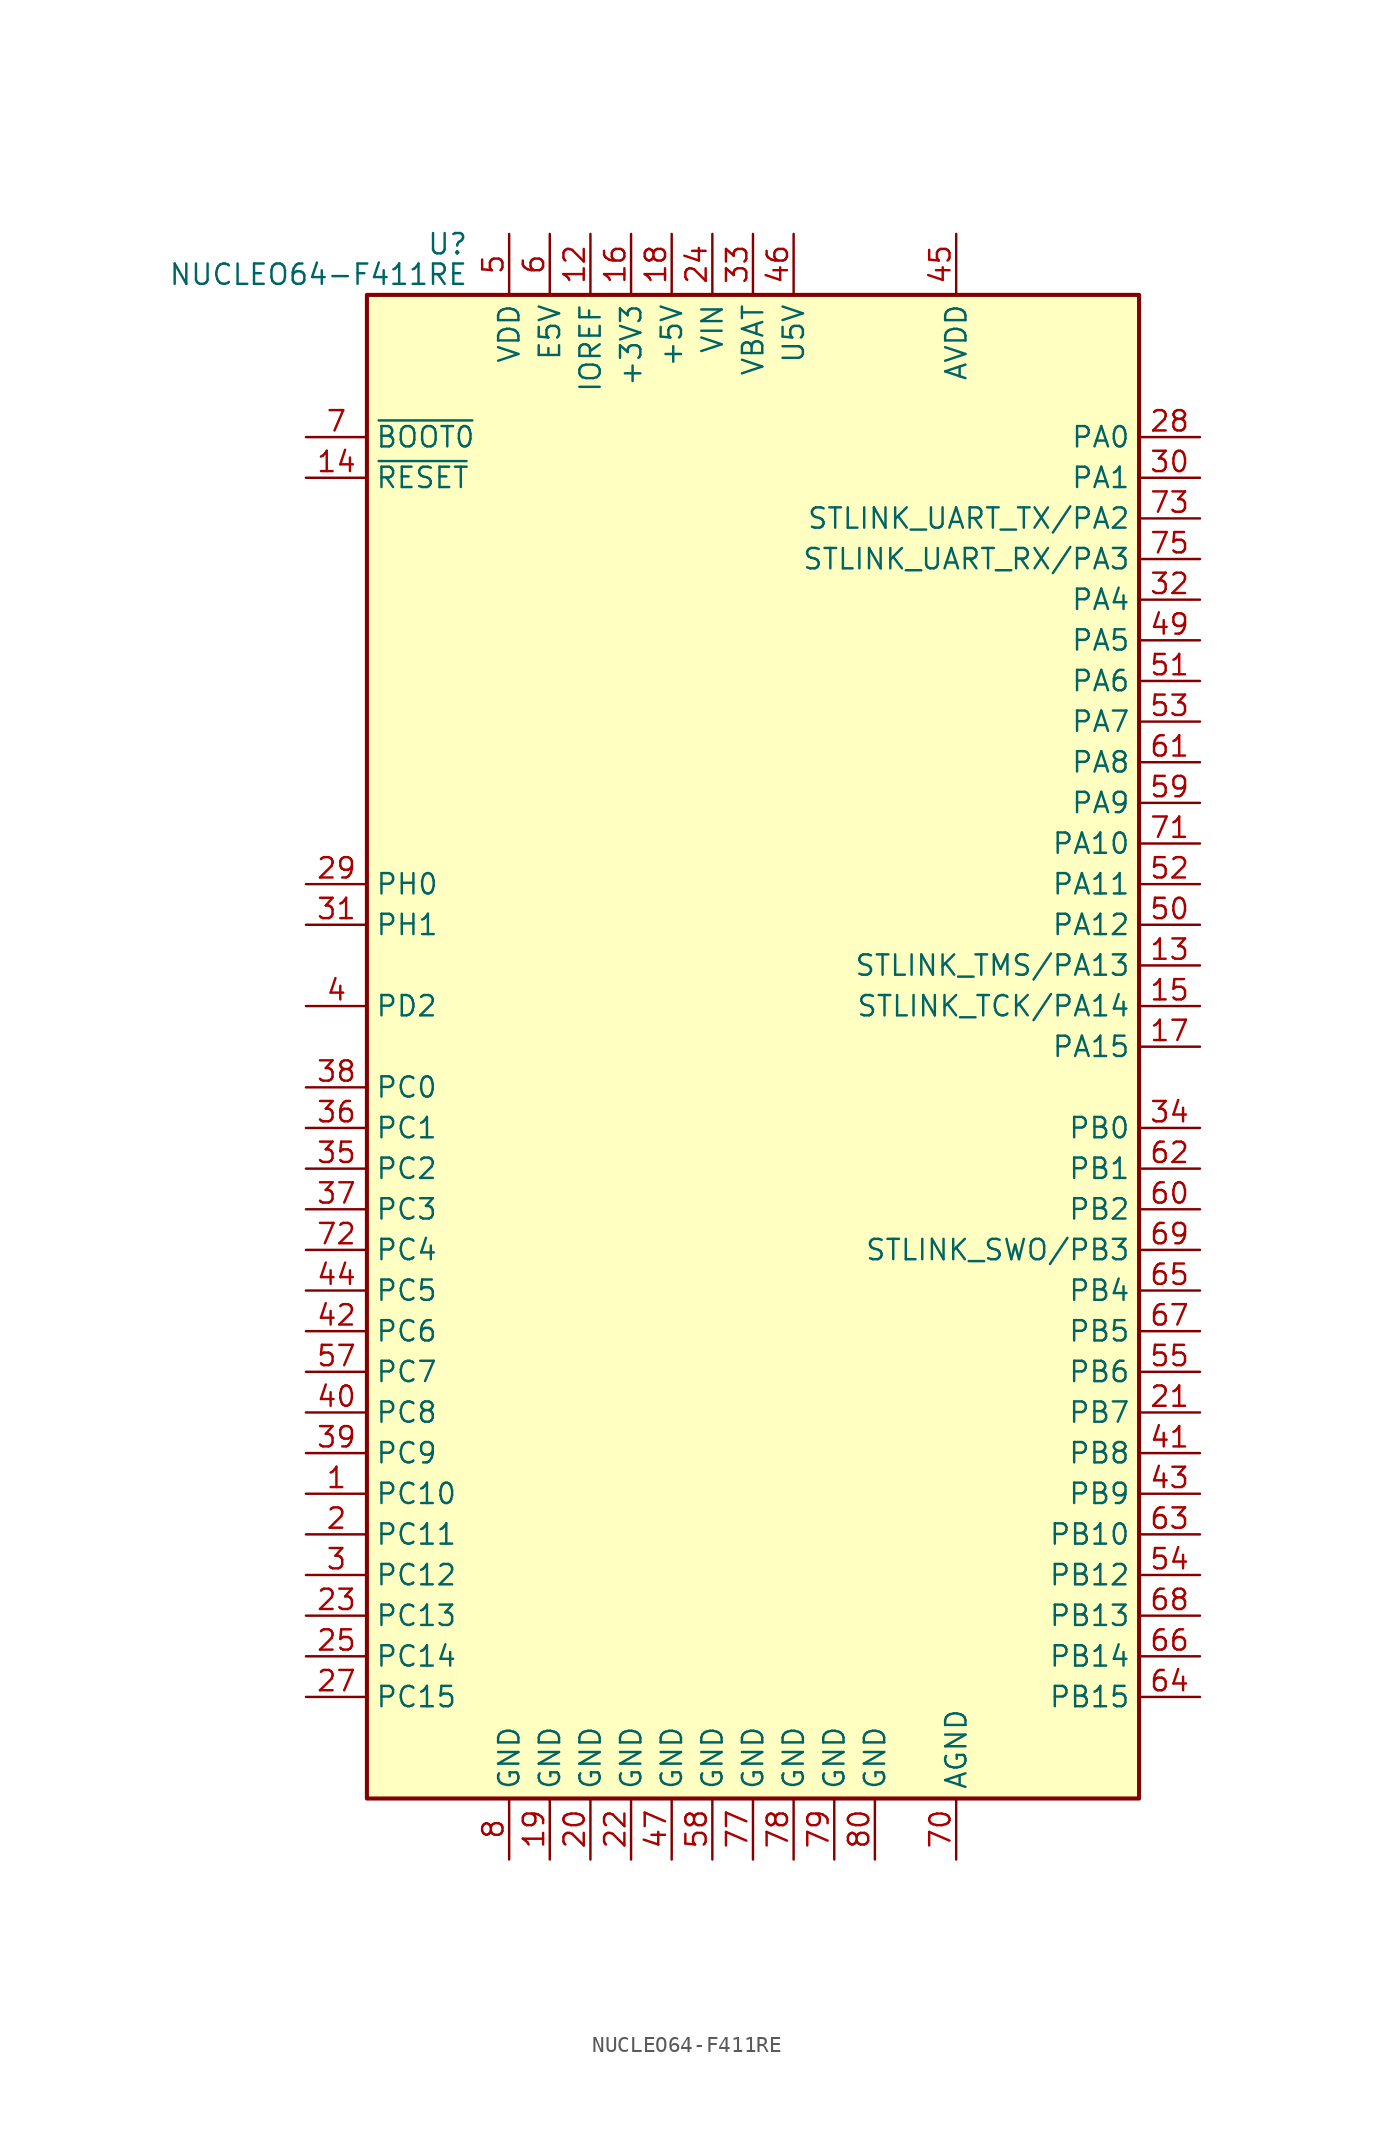
<source format=kicad_sym>
(kicad_symbol_lib
  (version 20200908)
  (generator kicad_symbol_editor)
  (symbol "MCU_Module:NUCLEO64-F411RE"
    (property "Reference" "U"
      (at -17.78 50.165 0)
      (effects (font (size 1.27 1.27)) (justify right)))
    (property "Value" "NUCLEO64-F411RE"
      (at -17.78 48.26 0)
      (effects (font (size 1.27 1.27)) (justify right)))
    (symbol "NUCLEO64-F411RE_0_1"
      (rectangle (start -24.13 -46.99) (end 24.13 46.99) (stroke (width 0.254)) (fill (type background))))
    (symbol "NUCLEO64-F411RE_1_1"
      (pin bidirectional line (at -27.94 -27.94 0) (length 3.81) (name "PC10" (effects (font (size 1.27 1.27)))) (number "1" (effects (font (size 1.27 1.27)))))
      (pin unconnected line (at -27.94 20.32 0) (length 3.81) hide (name "NC" (effects (font (size 1.27 1.27)))) (number "10" (effects (font (size 1.27 1.27)))))
      (pin unconnected line (at -27.94 15.24 0) (length 3.81) hide (name "NC" (effects (font (size 1.27 1.27)))) (number "11" (effects (font (size 1.27 1.27)))))
      (pin power_in line (at -10.16 50.8 270) (length 3.81) (name "IOREF" (effects (font (size 1.27 1.27)))) (number "12" (effects (font (size 1.27 1.27)))))
      (pin bidirectional line (at 27.94 5.08 180) (length 3.81) (name "STLINK_TMS/PA13" (effects (font (size 1.27 1.27)))) (number "13" (effects (font (size 1.27 1.27)))))
      (pin input line (at -27.94 35.56 0) (length 3.81) (name "~RESET" (effects (font (size 1.27 1.27)))) (number "14" (effects (font (size 1.27 1.27)))))
      (pin bidirectional line (at 27.94 2.54 180) (length 3.81) (name "STLINK_TCK/PA14" (effects (font (size 1.27 1.27)))) (number "15" (effects (font (size 1.27 1.27)))))
      (pin power_in line (at -7.62 50.8 270) (length 3.81) (name "+3V3" (effects (font (size 1.27 1.27)))) (number "16" (effects (font (size 1.27 1.27)))))
      (pin bidirectional line (at 27.94 0 180) (length 3.81) (name "PA15" (effects (font (size 1.27 1.27)))) (number "17" (effects (font (size 1.27 1.27)))))
      (pin power_in line (at -5.08 50.8 270) (length 3.81) (name "+5V" (effects (font (size 1.27 1.27)))) (number "18" (effects (font (size 1.27 1.27)))))
      (pin power_in line (at -12.7 -50.8 90) (length 3.81) (name "GND" (effects (font (size 1.27 1.27)))) (number "19" (effects (font (size 1.27 1.27)))))
      (pin bidirectional line (at -27.94 -30.48 0) (length 3.81) (name "PC11" (effects (font (size 1.27 1.27)))) (number "2" (effects (font (size 1.27 1.27)))))
      (pin power_in line (at -10.16 -50.8 90) (length 3.81) (name "GND" (effects (font (size 1.27 1.27)))) (number "20" (effects (font (size 1.27 1.27)))))
      (pin bidirectional line (at 27.94 -22.86 180) (length 3.81) (name "PB7" (effects (font (size 1.27 1.27)))) (number "21" (effects (font (size 1.27 1.27)))))
      (pin power_in line (at -7.62 -50.8 90) (length 3.81) (name "GND" (effects (font (size 1.27 1.27)))) (number "22" (effects (font (size 1.27 1.27)))))
      (pin bidirectional line (at -27.94 -35.56 0) (length 3.81) (name "PC13" (effects (font (size 1.27 1.27)))) (number "23" (effects (font (size 1.27 1.27)))))
      (pin power_in line (at -2.54 50.8 270) (length 3.81) (name "VIN" (effects (font (size 1.27 1.27)))) (number "24" (effects (font (size 1.27 1.27)))))
      (pin bidirectional line (at -27.94 -38.1 0) (length 3.81) (name "PC14" (effects (font (size 1.27 1.27)))) (number "25" (effects (font (size 1.27 1.27)))))
      (pin unconnected line (at -27.94 22.86 0) (length 3.81) hide (name "NC" (effects (font (size 1.27 1.27)))) (number "26" (effects (font (size 1.27 1.27)))))
      (pin bidirectional line (at -27.94 -40.64 0) (length 3.81) (name "PC15" (effects (font (size 1.27 1.27)))) (number "27" (effects (font (size 1.27 1.27)))))
      (pin bidirectional line (at 27.94 38.1 180) (length 3.81) (name "PA0" (effects (font (size 1.27 1.27)))) (number "28" (effects (font (size 1.27 1.27)))))
      (pin bidirectional line (at -27.94 10.16 0) (length 3.81) (name "PH0" (effects (font (size 1.27 1.27)))) (number "29" (effects (font (size 1.27 1.27)))))
      (pin bidirectional line (at -27.94 -33.02 0) (length 3.81) (name "PC12" (effects (font (size 1.27 1.27)))) (number "3" (effects (font (size 1.27 1.27)))))
      (pin bidirectional line (at 27.94 35.56 180) (length 3.81) (name "PA1" (effects (font (size 1.27 1.27)))) (number "30" (effects (font (size 1.27 1.27)))))
      (pin bidirectional line (at -27.94 7.62 0) (length 3.81) (name "PH1" (effects (font (size 1.27 1.27)))) (number "31" (effects (font (size 1.27 1.27)))))
      (pin bidirectional line (at 27.94 27.94 180) (length 3.81) (name "PA4" (effects (font (size 1.27 1.27)))) (number "32" (effects (font (size 1.27 1.27)))))
      (pin power_in line (at 0 50.8 270) (length 3.81) (name "VBAT" (effects (font (size 1.27 1.27)))) (number "33" (effects (font (size 1.27 1.27)))))
      (pin bidirectional line (at 27.94 -5.08 180) (length 3.81) (name "PB0" (effects (font (size 1.27 1.27)))) (number "34" (effects (font (size 1.27 1.27)))))
      (pin bidirectional line (at -27.94 -7.62 0) (length 3.81) (name "PC2" (effects (font (size 1.27 1.27)))) (number "35" (effects (font (size 1.27 1.27)))))
      (pin bidirectional line (at -27.94 -5.08 0) (length 3.81) (name "PC1" (effects (font (size 1.27 1.27)))) (number "36" (effects (font (size 1.27 1.27)))))
      (pin bidirectional line (at -27.94 -10.16 0) (length 3.81) (name "PC3" (effects (font (size 1.27 1.27)))) (number "37" (effects (font (size 1.27 1.27)))))
      (pin bidirectional line (at -27.94 -2.54 0) (length 3.81) (name "PC0" (effects (font (size 1.27 1.27)))) (number "38" (effects (font (size 1.27 1.27)))))
      (pin bidirectional line (at -27.94 -25.4 0) (length 3.81) (name "PC9" (effects (font (size 1.27 1.27)))) (number "39" (effects (font (size 1.27 1.27)))))
      (pin bidirectional line (at -27.94 2.54 0) (length 3.81) (name "PD2" (effects (font (size 1.27 1.27)))) (number "4" (effects (font (size 1.27 1.27)))))
      (pin bidirectional line (at -27.94 -22.86 0) (length 3.81) (name "PC8" (effects (font (size 1.27 1.27)))) (number "40" (effects (font (size 1.27 1.27)))))
      (pin bidirectional line (at 27.94 -25.4 180) (length 3.81) (name "PB8" (effects (font (size 1.27 1.27)))) (number "41" (effects (font (size 1.27 1.27)))))
      (pin bidirectional line (at -27.94 -17.78 0) (length 3.81) (name "PC6" (effects (font (size 1.27 1.27)))) (number "42" (effects (font (size 1.27 1.27)))))
      (pin bidirectional line (at 27.94 -27.94 180) (length 3.81) (name "PB9" (effects (font (size 1.27 1.27)))) (number "43" (effects (font (size 1.27 1.27)))))
      (pin bidirectional line (at -27.94 -15.24 0) (length 3.81) (name "PC5" (effects (font (size 1.27 1.27)))) (number "44" (effects (font (size 1.27 1.27)))))
      (pin power_in line (at 12.7 50.8 270) (length 3.81) (name "AVDD" (effects (font (size 1.27 1.27)))) (number "45" (effects (font (size 1.27 1.27)))))
      (pin power_in line (at 2.54 50.8 270) (length 3.81) (name "U5V" (effects (font (size 1.27 1.27)))) (number "46" (effects (font (size 1.27 1.27)))))
      (pin power_in line (at -5.08 -50.8 90) (length 3.81) (name "GND" (effects (font (size 1.27 1.27)))) (number "47" (effects (font (size 1.27 1.27)))))
      (pin unconnected line (at -27.94 25.4 0) (length 3.81) hide (name "NC" (effects (font (size 1.27 1.27)))) (number "48" (effects (font (size 1.27 1.27)))))
      (pin bidirectional line (at 27.94 25.4 180) (length 3.81) (name "PA5" (effects (font (size 1.27 1.27)))) (number "49" (effects (font (size 1.27 1.27)))))
      (pin power_in line (at -15.24 50.8 270) (length 3.81) (name "VDD" (effects (font (size 1.27 1.27)))) (number "5" (effects (font (size 1.27 1.27)))))
      (pin bidirectional line (at 27.94 7.62 180) (length 3.81) (name "PA12" (effects (font (size 1.27 1.27)))) (number "50" (effects (font (size 1.27 1.27)))))
      (pin bidirectional line (at 27.94 22.86 180) (length 3.81) (name "PA6" (effects (font (size 1.27 1.27)))) (number "51" (effects (font (size 1.27 1.27)))))
      (pin bidirectional line (at 27.94 10.16 180) (length 3.81) (name "PA11" (effects (font (size 1.27 1.27)))) (number "52" (effects (font (size 1.27 1.27)))))
      (pin bidirectional line (at 27.94 20.32 180) (length 3.81) (name "PA7" (effects (font (size 1.27 1.27)))) (number "53" (effects (font (size 1.27 1.27)))))
      (pin bidirectional line (at 27.94 -33.02 180) (length 3.81) (name "PB12" (effects (font (size 1.27 1.27)))) (number "54" (effects (font (size 1.27 1.27)))))
      (pin bidirectional line (at 27.94 -20.32 180) (length 3.81) (name "PB6" (effects (font (size 1.27 1.27)))) (number "55" (effects (font (size 1.27 1.27)))))
      (pin unconnected line (at -27.94 33.02 0) (length 3.81) hide (name "NC" (effects (font (size 1.27 1.27)))) (number "56" (effects (font (size 1.27 1.27)))))
      (pin bidirectional line (at -27.94 -20.32 0) (length 3.81) (name "PC7" (effects (font (size 1.27 1.27)))) (number "57" (effects (font (size 1.27 1.27)))))
      (pin power_in line (at -2.54 -50.8 90) (length 3.81) (name "GND" (effects (font (size 1.27 1.27)))) (number "58" (effects (font (size 1.27 1.27)))))
      (pin bidirectional line (at 27.94 15.24 180) (length 3.81) (name "PA9" (effects (font (size 1.27 1.27)))) (number "59" (effects (font (size 1.27 1.27)))))
      (pin power_in line (at -12.7 50.8 270) (length 3.81) (name "E5V" (effects (font (size 1.27 1.27)))) (number "6" (effects (font (size 1.27 1.27)))))
      (pin bidirectional line (at 27.94 -10.16 180) (length 3.81) (name "PB2" (effects (font (size 1.27 1.27)))) (number "60" (effects (font (size 1.27 1.27)))))
      (pin bidirectional line (at 27.94 17.78 180) (length 3.81) (name "PA8" (effects (font (size 1.27 1.27)))) (number "61" (effects (font (size 1.27 1.27)))))
      (pin bidirectional line (at 27.94 -7.62 180) (length 3.81) (name "PB1" (effects (font (size 1.27 1.27)))) (number "62" (effects (font (size 1.27 1.27)))))
      (pin bidirectional line (at 27.94 -30.48 180) (length 3.81) (name "PB10" (effects (font (size 1.27 1.27)))) (number "63" (effects (font (size 1.27 1.27)))))
      (pin bidirectional line (at 27.94 -40.64 180) (length 3.81) (name "PB15" (effects (font (size 1.27 1.27)))) (number "64" (effects (font (size 1.27 1.27)))))
      (pin bidirectional line (at 27.94 -15.24 180) (length 3.81) (name "PB4" (effects (font (size 1.27 1.27)))) (number "65" (effects (font (size 1.27 1.27)))))
      (pin bidirectional line (at 27.94 -38.1 180) (length 3.81) (name "PB14" (effects (font (size 1.27 1.27)))) (number "66" (effects (font (size 1.27 1.27)))))
      (pin bidirectional line (at 27.94 -17.78 180) (length 3.81) (name "PB5" (effects (font (size 1.27 1.27)))) (number "67" (effects (font (size 1.27 1.27)))))
      (pin bidirectional line (at 27.94 -35.56 180) (length 3.81) (name "PB13" (effects (font (size 1.27 1.27)))) (number "68" (effects (font (size 1.27 1.27)))))
      (pin bidirectional line (at 27.94 -12.7 180) (length 3.81) (name "STLINK_SWO/PB3" (effects (font (size 1.27 1.27)))) (number "69" (effects (font (size 1.27 1.27)))))
      (pin input line (at -27.94 38.1 0) (length 3.81) (name "~BOOT0" (effects (font (size 1.27 1.27)))) (number "7" (effects (font (size 1.27 1.27)))))
      (pin power_in line (at 12.7 -50.8 90) (length 3.81) (name "AGND" (effects (font (size 1.27 1.27)))) (number "70" (effects (font (size 1.27 1.27)))))
      (pin bidirectional line (at 27.94 12.7 180) (length 3.81) (name "PA10" (effects (font (size 1.27 1.27)))) (number "71" (effects (font (size 1.27 1.27)))))
      (pin bidirectional line (at -27.94 -12.7 0) (length 3.81) (name "PC4" (effects (font (size 1.27 1.27)))) (number "72" (effects (font (size 1.27 1.27)))))
      (pin bidirectional line (at 27.94 33.02 180) (length 3.81) (name "STLINK_UART_TX/PA2" (effects (font (size 1.27 1.27)))) (number "73" (effects (font (size 1.27 1.27)))))
      (pin unconnected line (at -27.94 30.48 0) (length 3.81) hide (name "NC" (effects (font (size 1.27 1.27)))) (number "74" (effects (font (size 1.27 1.27)))))
      (pin bidirectional line (at 27.94 30.48 180) (length 3.81) (name "STLINK_UART_RX/PA3" (effects (font (size 1.27 1.27)))) (number "75" (effects (font (size 1.27 1.27)))))
      (pin unconnected line (at -27.94 27.94 0) (length 3.81) hide (name "NC" (effects (font (size 1.27 1.27)))) (number "76" (effects (font (size 1.27 1.27)))))
      (pin power_in line (at 0 -50.8 90) (length 3.81) (name "GND" (effects (font (size 1.27 1.27)))) (number "77" (effects (font (size 1.27 1.27)))))
      (pin power_in line (at 2.54 -50.8 90) (length 3.81) (name "GND" (effects (font (size 1.27 1.27)))) (number "78" (effects (font (size 1.27 1.27)))))
      (pin power_in line (at 5.08 -50.8 90) (length 3.81) (name "GND" (effects (font (size 1.27 1.27)))) (number "79" (effects (font (size 1.27 1.27)))))
      (pin power_in line (at -15.24 -50.8 90) (length 3.81) (name "GND" (effects (font (size 1.27 1.27)))) (number "8" (effects (font (size 1.27 1.27)))))
      (pin power_in line (at 7.62 -50.8 90) (length 3.81) (name "GND" (effects (font (size 1.27 1.27)))) (number "80" (effects (font (size 1.27 1.27)))))
      (pin unconnected line (at -27.94 17.78 0) (length 3.81) hide (name "NC" (effects (font (size 1.27 1.27)))) (number "9" (effects (font (size 1.27 1.27))))))))
</source>
